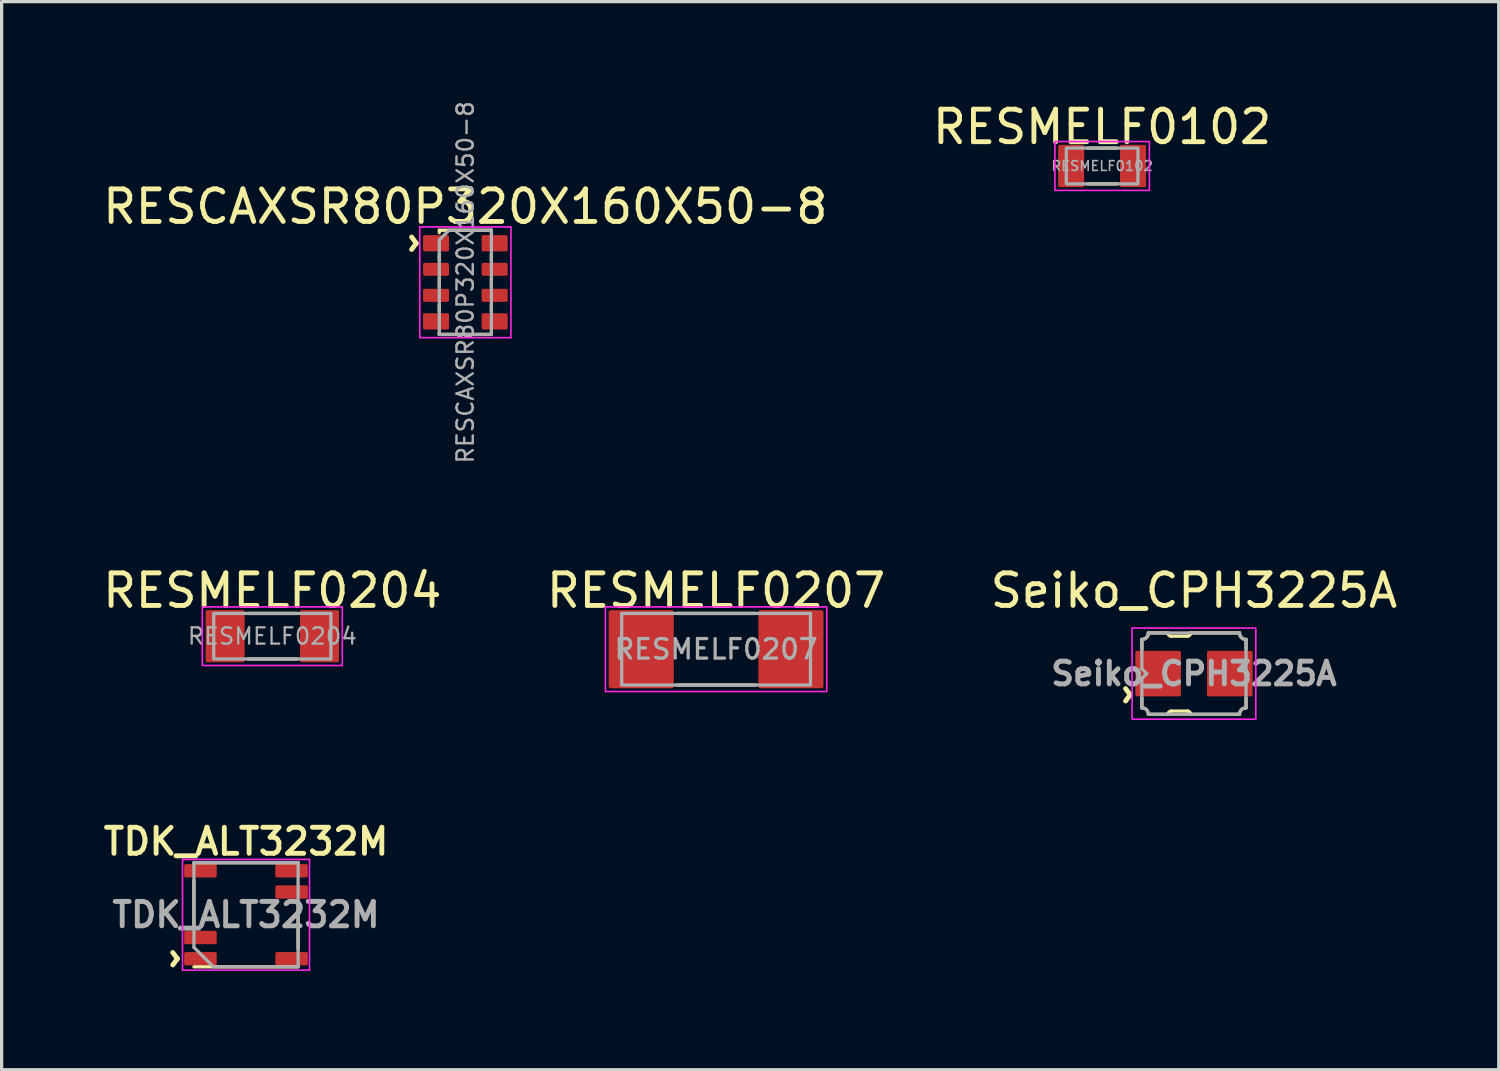
<source format=kicad_pcb>
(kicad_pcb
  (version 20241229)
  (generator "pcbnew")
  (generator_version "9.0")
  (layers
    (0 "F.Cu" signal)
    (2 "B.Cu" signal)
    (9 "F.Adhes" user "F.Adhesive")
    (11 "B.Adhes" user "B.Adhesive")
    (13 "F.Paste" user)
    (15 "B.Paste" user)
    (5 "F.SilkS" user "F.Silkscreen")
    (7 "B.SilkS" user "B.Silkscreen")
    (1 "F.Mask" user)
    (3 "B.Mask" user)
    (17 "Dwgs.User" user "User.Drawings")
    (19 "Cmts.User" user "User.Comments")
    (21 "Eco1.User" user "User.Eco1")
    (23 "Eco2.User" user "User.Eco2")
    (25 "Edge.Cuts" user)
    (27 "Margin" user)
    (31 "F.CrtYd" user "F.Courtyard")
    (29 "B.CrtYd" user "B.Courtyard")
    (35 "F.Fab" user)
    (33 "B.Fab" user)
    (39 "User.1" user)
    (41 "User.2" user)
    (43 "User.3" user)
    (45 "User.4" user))
  (footprint "Seiko_CPH3225A"
    (layer "F.Cu")
    (at 33.625 17.642)
    (property "Reference" "Seiko_CPH3225A" (at 0 -2.55 0) (unlocked yes) (layer "F.SilkS") (effects (font (size 1 1) (thickness 0.15))))
    (attr smd)
    (fp_line (start -1.6 -0.75) (end -1.6 -1.05) (stroke (width 0.1) (type solid)) (layer "F.SilkS"))
    (fp_line (start -1.6 0.75) (end -1.6 1.05) (stroke (width 0.1) (type solid)) (layer "F.SilkS"))
    (fp_line (start -1.4 1.25) (end -0.8 1.25) (stroke (width 0.1) (type solid)) (layer "F.SilkS"))
    (fp_line (start -0.8 -1.25) (end -1.4 -1.25) (stroke (width 0.1) (type solid)) (layer "F.SilkS"))
    (fp_line (start -0.7 1.15) (end -0.2 1.15) (stroke (width 0.1) (type solid)) (layer "F.SilkS"))
    (fp_line (start -0.2 -1.15) (end -0.7 -1.15) (stroke (width 0.1) (type solid)) (layer "F.SilkS"))
    (fp_line (start 1.4 -1.25) (end -0.1 -1.25) (stroke (width 0.1) (type solid)) (layer "F.SilkS"))
    (fp_line (start 1.4 1.25) (end -0.1 1.25) (stroke (width 0.1) (type solid)) (layer "F.SilkS"))
    (fp_line (start 1.6 -0.75) (end 1.6 -1.05) (stroke (width 0.1) (type solid)) (layer "F.SilkS"))
    (fp_line (start 1.6 1.05) (end 1.6 0.75) (stroke (width 0.1) (type solid)) (layer "F.SilkS"))
    (fp_arc (start -1.6 1.05) (mid -1.458579 1.108579) (end -1.4 1.25) (stroke (width 0.1) (type solid)) (layer "F.SilkS"))
    (fp_arc (start -1.4 -1.25) (mid -1.458579 -1.108579) (end -1.6 -1.05) (stroke (width 0.1) (type solid)) (layer "F.SilkS"))
    (fp_arc (start -0.8 1.25) (mid -0.770711 1.179289) (end -0.7 1.15) (stroke (width 0.1) (type solid)) (layer "F.SilkS"))
    (fp_arc (start -0.7 -1.15) (mid -0.770711 -1.179289) (end -0.8 -1.25) (stroke (width 0.1) (type solid)) (layer "F.SilkS"))
    (fp_arc (start -0.2 1.15) (mid -0.129289 1.179289) (end -0.1 1.25) (stroke (width 0.1) (type solid)) (layer "F.SilkS"))
    (fp_arc (start -0.1 -1.25) (mid -0.129289 -1.179289) (end -0.2 -1.15) (stroke (width 0.1) (type solid)) (layer "F.SilkS"))
    (fp_arc (start 1.4 1.25) (mid 1.458579 1.108579) (end 1.6 1.05) (stroke (width 0.1) (type solid)) (layer "F.SilkS"))
    (fp_arc (start 1.6 -1.05) (mid 1.458579 -1.108579) (end 1.4 -1.25) (stroke (width 0.1) (type solid)) (layer "F.SilkS"))
    (fp_rect (start -1.9 -1.4) (end 1.9 1.4) (stroke (width 0.05) (type solid)) (fill no) (layer "F.CrtYd"))
    (fp_line (start -1.6 -1.05) (end -1.6 -0.15) (stroke (width 0.1) (type solid)) (layer "F.Fab"))
    (fp_line (start -1.6 -0.15) (end -1.45 0) (stroke (width 0.1) (type solid)) (layer "F.Fab"))
    (fp_line (start -1.6 0.15) (end -1.6 1.05) (stroke (width 0.1) (type solid)) (layer "F.Fab"))
    (fp_line (start -1.45 0) (end -1.6 0.15) (stroke (width 0.1) (type solid)) (layer "F.Fab"))
    (fp_line (start -1.4 1.25) (end 1.4 1.25) (stroke (width 0.1) (type solid)) (layer "F.Fab"))
    (fp_line (start 1.4 -1.25) (end -1.4 -1.25) (stroke (width 0.1) (type solid)) (layer "F.Fab"))
    (fp_line (start 1.6 1.05) (end 1.6 -1.05) (stroke (width 0.1) (type solid)) (layer "F.Fab"))
    (fp_arc (start -1.6 1.05) (mid -1.458579 1.108579) (end -1.4 1.25) (stroke (width 0.1) (type solid)) (layer "F.Fab"))
    (fp_arc (start -1.4 -1.25) (mid -1.458579 -1.108579) (end -1.6 -1.05) (stroke (width 0.1) (type solid)) (layer "F.Fab"))
    (fp_arc (start 1.4 1.25) (mid 1.458579 1.108579) (end 1.6 1.05) (stroke (width 0.1) (type solid)) (layer "F.Fab"))
    (fp_arc (start 1.6 -1.05) (mid 1.458579 -1.108579) (end 1.4 -1.25) (stroke (width 0.1) (type solid)) (layer "F.Fab"))
    (fp_text user "^" (at -2.55 0.65 270) (unlocked yes) (layer "F.SilkS") (effects (font (size 1 1) (thickness 0.15))))
    (fp_text user "${REFERENCE}" (at 0 0 0) (unlocked yes) (layer "F.Fab") (effects (font (size 0.7 0.7) (thickness 0.15))))
    (pad "1" smd roundrect (at -1.1 0) (size 1.4 1.4) (layers "F.Cu" "F.Mask" "F.Paste") (roundrect_rratio 0.036))
    (pad "2" smd roundrect (at 1.1 0) (size 1.4 1.4) (layers "F.Cu" "F.Mask" "F.Paste") (roundrect_rratio 0.036)))
  (footprint "TDK_ALT3232M"
    (layer "F.Cu")
    (at 4.507 25.049)
    (property "Reference" "TDK_ALT3232M" (at 0 -2.25 0) (layer "F.SilkS") (effects (font (size 0.8 0.8) (thickness 0.15))))
    (attr smd)
    (fp_line (start -1.6 -1.6) (end 1.6 -1.6) (stroke (width 0.1) (type solid)) (layer "F.SilkS"))
    (fp_line (start -1.6 0.4) (end -1.6 -1.05) (stroke (width 0.1) (type solid)) (layer "F.SilkS"))
    (fp_line (start -1.6 1.6) (end 1.6 1.6) (stroke (width 0.1) (type solid)) (layer "F.SilkS"))
    (fp_line (start 1.6 -0.4) (end 1.6 1.05) (stroke (width 0.1) (type solid)) (layer "F.SilkS"))
    (fp_line (start -1.95 -1.7) (end 1.95 -1.7) (stroke (width 0.05) (type solid)) (layer "F.CrtYd"))
    (fp_line (start -1.95 1.7) (end -1.95 -1.7) (stroke (width 0.05) (type solid)) (layer "F.CrtYd"))
    (fp_line (start -1.95 1.7) (end 1.95 1.7) (stroke (width 0.05) (type solid)) (layer "F.CrtYd"))
    (fp_line (start 1.95 -1.7) (end 1.95 1.7) (stroke (width 0.05) (type solid)) (layer "F.CrtYd"))
    (fp_line (start -1.6 -1.6) (end 1.6 -1.6) (stroke (width 0.1) (type solid)) (layer "F.Fab"))
    (fp_line (start -1.6 1) (end -1.6 -1.6) (stroke (width 0.1) (type solid)) (layer "F.Fab"))
    (fp_line (start -1 1.6) (end -1.6 1) (stroke (width 0.1) (type solid)) (layer "F.Fab"))
    (fp_line (start 1.6 -1.6) (end 1.6 1.6) (stroke (width 0.1) (type solid)) (layer "F.Fab"))
    (fp_line (start 1.6 1.6) (end -1 1.6) (stroke (width 0.1) (type solid)) (layer "F.Fab"))
    (fp_text user "^" (at -2.7 1.35 270) (unlocked yes) (layer "F.SilkS") (effects (font (size 1 1) (thickness 0.15))))
    (fp_text user "${REFERENCE}" (at 0 0 0) (layer "F.Fab") (effects (font (size 0.75 0.75) (thickness 0.15))))
    (pad "1" smd roundrect (at -1.4 1.35) (size 1 0.41) (layers "F.Cu" "F.Mask" "F.Paste") (roundrect_rratio 0.122))
    (pad "2" smd roundrect (at -1.4 0.7) (size 1 0.41) (layers "F.Cu" "F.Mask" "F.Paste") (roundrect_rratio 0.122))
    (pad "3" smd roundrect (at -1.4 -1.35) (size 1 0.41) (layers "F.Cu" "F.Mask" "F.Paste") (roundrect_rratio 0.122))
    (pad "4" smd roundrect (at 1.4 -1.35) (size 1 0.41) (layers "F.Cu" "F.Mask" "F.Paste") (roundrect_rratio 0.122))
    (pad "5" smd roundrect (at 1.4 -0.7) (size 1 0.41) (layers "F.Cu" "F.Mask" "F.Paste") (roundrect_rratio 0.122))
    (pad "6" smd roundrect (at 1.4 1.35) (size 1 0.41) (layers "F.Cu" "F.Mask" "F.Paste") (roundrect_rratio 0.122)))
  (footprint "RESMELF0204"
    (layer "F.Cu")
    (at 5.315 16.492)
    (property "Reference" "RESMELF0204" (at 0 -1.4 0) (unlocked yes) (layer "F.SilkS") (effects (font (size 1 1) (thickness 0.15))))
    (attr smd)
    (fp_line (start -0.75 -0.7) (end 0.75 -0.7) (stroke (width 0.1) (type default)) (layer "F.SilkS"))
    (fp_line (start 0.75 0.7) (end -0.75 0.7) (stroke (width 0.1) (type default)) (layer "F.SilkS"))
    (fp_rect (start 2.15 -0.9) (end -2.15 0.9) (stroke (width 0.05) (type default)) (fill no) (layer "F.CrtYd"))
    (fp_rect (start 1.8 -0.7) (end -1.8 0.7) (stroke (width 0.1) (type default)) (fill no) (layer "F.Fab"))
    (fp_text user "${REFERENCE}" (at 0 0 0) (unlocked yes) (layer "F.Fab") (effects (font (size 0.5 0.5) (thickness 0.07))))
    (pad "1" smd roundrect (at -1.45 0 90) (size 1.6 1.2) (layers "F.Cu" "F.Mask" "F.Paste") (roundrect_rratio 0.042))
    (pad "2" smd roundrect (at 1.45 0 90) (size 1.6 1.2) (layers "F.Cu" "F.Mask" "F.Paste") (roundrect_rratio 0.042)))
  (footprint "RESMELF0207"
    (layer "F.Cu")
    (at 18.946 16.892)
    (property "Reference" "RESMELF0207" (at 0 -1.8 0) (unlocked yes) (layer "F.SilkS") (effects (font (size 1 1) (thickness 0.15))))
    (attr smd)
    (fp_line (start -1.2 -1.1) (end 1.2 -1.1) (stroke (width 0.1) (type default)) (layer "F.SilkS"))
    (fp_line (start -1.2 1.1) (end 1.2 1.1) (stroke (width 0.1) (type default)) (layer "F.SilkS"))
    (fp_rect (start -3.4 -1.3) (end 3.4 1.3) (stroke (width 0.05) (type default)) (fill no) (layer "F.CrtYd"))
    (fp_rect (start 2.9 -1.1) (end -2.9 1.1) (stroke (width 0.1) (type default)) (fill no) (layer "F.Fab"))
    (fp_text user "${REFERENCE}" (at 0 0 0) (unlocked yes) (layer "F.Fab") (effects (font (size 0.6 0.6) (thickness 0.1) (bold yes))))
    (pad "1" smd roundrect (at -2.3 0 90) (size 2.4 2) (layers "F.Cu" "F.Mask" "F.Paste") (roundrect_rratio 0.033))
    (pad "2" smd roundrect (at 2.3 0 90) (size 2.4 2) (layers "F.Cu" "F.Mask" "F.Paste") (roundrect_rratio 0.033)))
  (footprint "RESMELF0102"
    (layer "F.Cu")
    (at 30.804 2.048)
    (property "Reference" "RESMELF0102" (at 0 -1.2 0) (unlocked yes) (layer "F.SilkS") (effects (font (size 1 1) (thickness 0.15))))
    (attr smd)
    (fp_line (start -0.45 -0.55) (end 0.45 -0.55) (stroke (width 0.1) (type default)) (layer "F.SilkS"))
    (fp_line (start -0.45 0.55) (end 0.45 0.55) (stroke (width 0.1) (type default)) (layer "F.SilkS"))
    (fp_rect (start -1.45 -0.75) (end 1.45 0.75) (stroke (width 0.05) (type default)) (fill no) (layer "F.CrtYd"))
    (fp_rect (start 1.1 -0.55) (end -1.1 0.55) (stroke (width 0.1) (type default)) (fill no) (layer "F.Fab"))
    (fp_text user "${REFERENCE}" (at 0 0 0) (unlocked yes) (layer "F.Fab") (effects (font (size 0.3 0.3) (thickness 0.05) (bold yes))))
    (pad "1" smd roundrect (at -0.95 0 90) (size 1.3 0.8) (layers "F.Cu" "F.Mask" "F.Paste") (roundrect_rratio 0.062))
    (pad "2" smd roundrect (at 0.95 0 90) (size 1.3 0.8) (layers "F.Cu" "F.Mask" "F.Paste") (roundrect_rratio 0.062)))
  (footprint "RESCAXSR80P320X160X50-8"
    (layer "F.Cu")
    (at 11.244 5.622)
    (property "Reference" "RESCAXSR80P320X160X50-8" (at 0 -2.325 0) (layer "F.SilkS") (effects (font (size 1 1) (thickness 0.15))))
    (attr smd)
    (fp_line (start -0.8 -1.6) (end -0.8 -1.525) (stroke (width 0.1) (type default)) (layer "F.SilkS"))
    (fp_line (start -0.8 -0.875) (end -0.8 -0.675) (stroke (width 0.1) (type default)) (layer "F.SilkS"))
    (fp_line (start -0.8 -0.125) (end -0.8 0.125) (stroke (width 0.1) (type default)) (layer "F.SilkS"))
    (fp_line (start -0.8 0.675) (end -0.8 0.875) (stroke (width 0.1) (type default)) (layer "F.SilkS"))
    (fp_line (start -0.8 1.6) (end -0.8 1.525) (stroke (width 0.1) (type default)) (layer "F.SilkS"))
    (fp_line (start 0.8 -1.6) (end -0.8 -1.6) (stroke (width 0.1) (type solid)) (layer "F.SilkS"))
    (fp_line (start 0.8 -1.6) (end 0.8 -1.525) (stroke (width 0.1) (type default)) (layer "F.SilkS"))
    (fp_line (start 0.8 -0.875) (end 0.8 -0.675) (stroke (width 0.1) (type default)) (layer "F.SilkS"))
    (fp_line (start 0.8 -0.125) (end 0.8 0.125) (stroke (width 0.1) (type default)) (layer "F.SilkS"))
    (fp_line (start 0.8 0.675) (end 0.8 0.875) (stroke (width 0.1) (type default)) (layer "F.SilkS"))
    (fp_line (start 0.8 1.6) (end -0.8 1.6) (stroke (width 0.1) (type solid)) (layer "F.SilkS"))
    (fp_line (start 0.8 1.6) (end 0.8 1.525) (stroke (width 0.1) (type default)) (layer "F.SilkS"))
    (fp_line (start -1.4 -1.7) (end -1.4 1.7) (stroke (width 0.05) (type solid)) (layer "F.CrtYd"))
    (fp_line (start -1.4 -1.7) (end 1.4 -1.7) (stroke (width 0.05) (type solid)) (layer "F.CrtYd"))
    (fp_line (start 1.4 1.7) (end -1.4 1.7) (stroke (width 0.05) (type solid)) (layer "F.CrtYd"))
    (fp_line (start 1.4 1.7) (end 1.4 -1.7) (stroke (width 0.05) (type solid)) (layer "F.CrtYd"))
    (fp_line (start -0.8 -1.3) (end -0.8 1.6) (stroke (width 0.1) (type solid)) (layer "F.Fab"))
    (fp_line (start -0.8 1.6) (end 0.8 1.6) (stroke (width 0.1) (type solid)) (layer "F.Fab"))
    (fp_line (start -0.5 -1.6) (end -0.8 -1.3) (stroke (width 0.1) (type solid)) (layer "F.Fab"))
    (fp_line (start 0.8 -1.6) (end -0.5 -1.6) (stroke (width 0.1) (type solid)) (layer "F.Fab"))
    (fp_line (start 0.8 1.6) (end 0.8 -1.6) (stroke (width 0.1) (type solid)) (layer "F.Fab"))
    (fp_text user "^" (at -2.1 -1.2 270) (unlocked yes) (layer "F.SilkS") (effects (font (size 1 1) (thickness 0.15))))
    (fp_text user "${REFERENCE}" (at 0 0 90) (layer "F.Fab") (effects (font (size 0.5 0.5) (thickness 0.075))))
    (pad "1" smd roundrect (at -0.9 -1.2) (size 0.8 0.5) (layers "F.Cu" "F.Mask" "F.Paste") (roundrect_rratio 0.1))
    (pad "2" smd roundrect (at -0.9 -0.4) (size 0.8 0.4) (layers "F.Cu" "F.Mask" "F.Paste") (roundrect_rratio 0.125))
    (pad "3" smd roundrect (at -0.9 0.4) (size 0.8 0.4) (layers "F.Cu" "F.Mask" "F.Paste") (roundrect_rratio 0.125))
    (pad "4" smd roundrect (at -0.9 1.2) (size 0.8 0.5) (layers "F.Cu" "F.Mask" "F.Paste") (roundrect_rratio 0.1))
    (pad "5" smd roundrect (at 0.9 1.2) (size 0.8 0.5) (layers "F.Cu" "F.Mask" "F.Paste") (roundrect_rratio 0.1))
    (pad "6" smd roundrect (at 0.9 0.4) (size 0.8 0.4) (layers "F.Cu" "F.Mask" "F.Paste") (roundrect_rratio 0.125))
    (pad "7" smd roundrect (at 0.9 -0.4) (size 0.8 0.4) (layers "F.Cu" "F.Mask" "F.Paste") (roundrect_rratio 0.125))
    (pad "8" smd roundrect (at 0.9 -1.2) (size 0.8 0.5) (layers "F.Cu" "F.Mask" "F.Paste") (roundrect_rratio 0.1)))
  (gr_rect
    (start -3 -3)
    (end 42.988 29.809)
    (stroke (width 0.1) (type default))
    (fill no)
    (layer "Edge.Cuts")))
</source>
